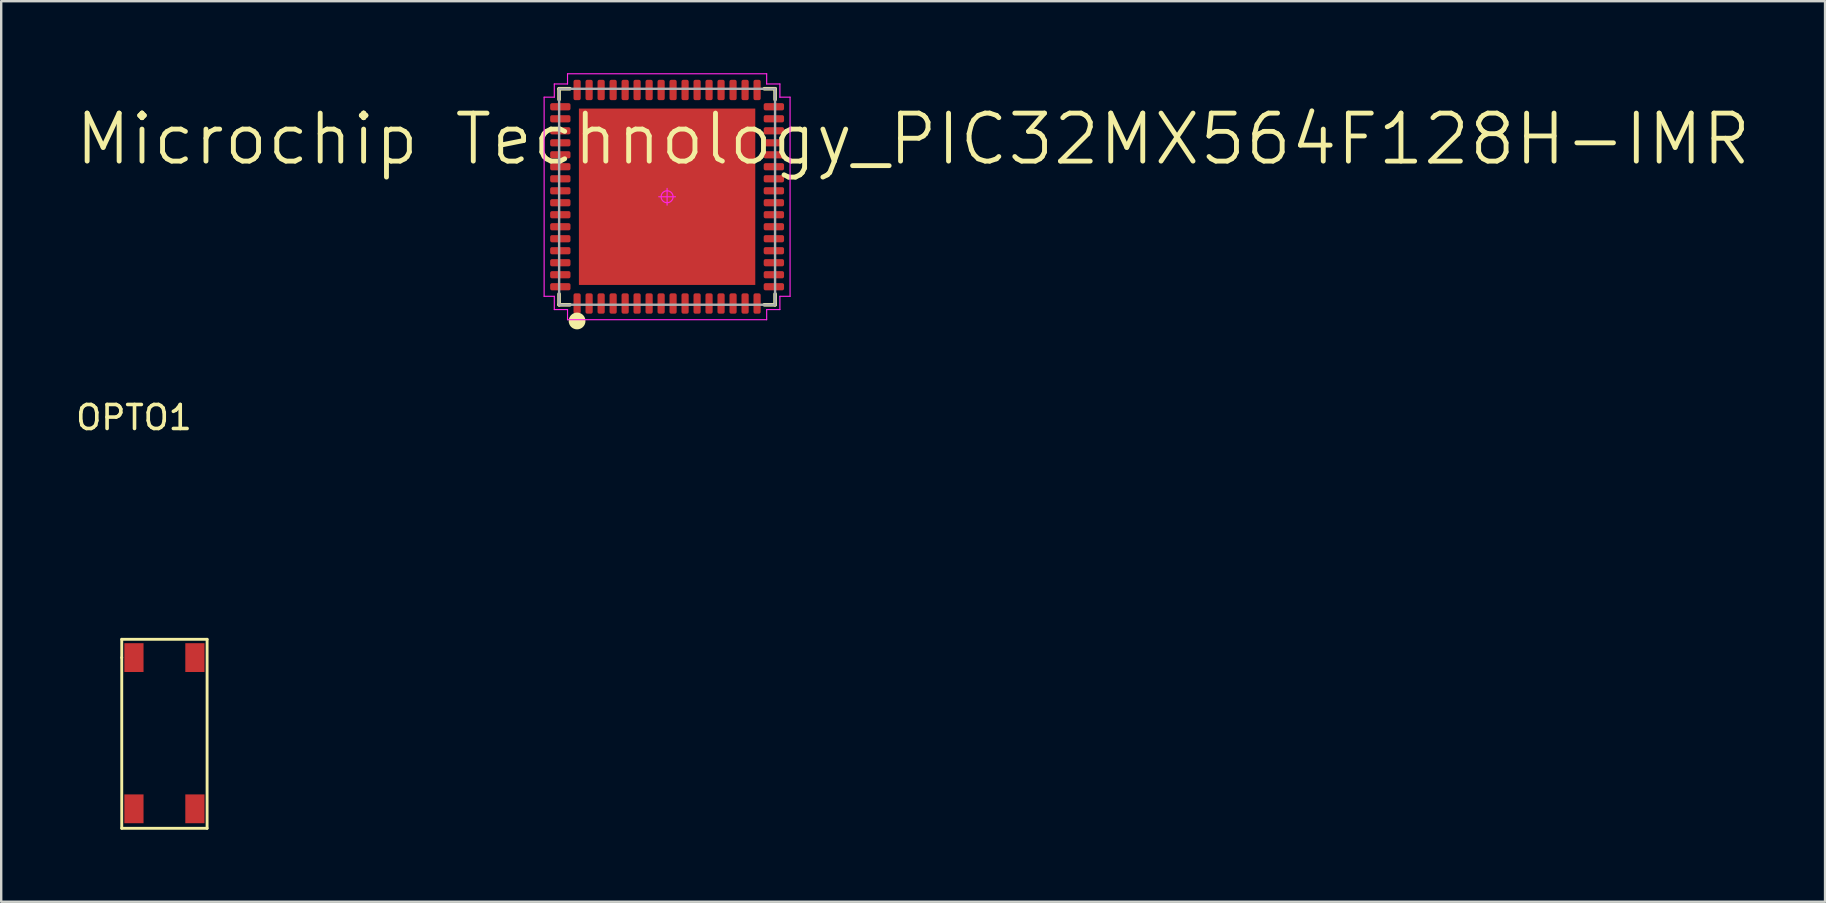
<source format=kicad_pcb>
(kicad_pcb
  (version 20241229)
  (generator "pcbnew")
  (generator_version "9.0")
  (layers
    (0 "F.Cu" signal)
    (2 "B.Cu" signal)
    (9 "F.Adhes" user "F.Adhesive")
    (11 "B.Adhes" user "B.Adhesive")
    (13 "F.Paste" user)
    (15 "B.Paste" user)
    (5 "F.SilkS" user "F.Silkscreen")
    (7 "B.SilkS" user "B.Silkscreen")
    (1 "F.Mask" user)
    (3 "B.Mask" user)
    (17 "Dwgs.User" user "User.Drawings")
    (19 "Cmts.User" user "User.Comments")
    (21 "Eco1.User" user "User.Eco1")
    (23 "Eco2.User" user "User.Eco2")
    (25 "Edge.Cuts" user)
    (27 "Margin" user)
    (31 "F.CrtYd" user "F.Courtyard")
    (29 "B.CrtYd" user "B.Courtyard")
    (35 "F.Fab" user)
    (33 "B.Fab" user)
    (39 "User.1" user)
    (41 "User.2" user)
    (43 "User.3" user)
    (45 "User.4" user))
  (footprint "OPTO1"
    (layer "F.Cu")
    (at 2.53 24.346)
    (property "Reference" "OPTO1" (at 0 -10 0) (layer "F.SilkS") (effects (font (size 1 1) (thickness 0.15))))
    (attr through_hole)
    (fp_line (start -0.508 -0.762) (end 3.048 -0.762) (stroke (width 0.12) (type solid)) (layer "F.SilkS"))
    (fp_line (start -0.508 0) (end -0.508 -0.762) (stroke (width 0.12) (type solid)) (layer "F.SilkS"))
    (fp_line (start -0.508 0) (end -0.508 7.112) (stroke (width 0.12) (type solid)) (layer "F.SilkS"))
    (fp_line (start 3.048 -0.762) (end 3.048 7.112) (stroke (width 0.12) (type solid)) (layer "F.SilkS"))
    (fp_line (start 3.048 7.112) (end -0.508 7.112) (stroke (width 0.12) (type solid)) (layer "F.SilkS"))
    (pad "1" smd rect (at 0 0) (size 0.8 1.2) (layers "F.Cu" "F.Mask" "F.Paste"))
    (pad "3" smd rect (at 2.54 0) (size 0.8 1.2) (layers "F.Cu" "F.Mask" "F.Paste"))
    (pad "4" smd rect (at 2.54 6.3) (size 0.8 1.2) (layers "F.Cu" "F.Mask" "F.Paste"))
    (pad "6" smd rect (at 0 6.3) (size 0.8 1.2) (layers "F.Cu" "F.Mask" "F.Paste")))
  (footprint "Microchip Technology_PIC32MX564F128H-IMR"
    (layer "F.Cu")
    (at 24.742 5.147)
    (property "Reference" "Microchip Technology_PIC32MX564F128H-IMR" (at 10.25 -2.4 0) (layer "F.SilkS") (effects (font (size 1.999 1.999) (thickness 0.203))))
    (attr smd)
    (fp_line (start -4.5 -4.5) (end -4.5 -4.05) (stroke (width 0.15) (type solid)) (layer "F.SilkS"))
    (fp_line (start -4.5 -4.5) (end -4.05 -4.5) (stroke (width 0.15) (type solid)) (layer "F.SilkS"))
    (fp_line (start -4.5 4.5) (end -4.5 4.05) (stroke (width 0.15) (type solid)) (layer "F.SilkS"))
    (fp_line (start -4.5 4.5) (end -4.05 4.5) (stroke (width 0.15) (type solid)) (layer "F.SilkS"))
    (fp_line (start 4.5 -4.5) (end 4.05 -4.5) (stroke (width 0.15) (type solid)) (layer "F.SilkS"))
    (fp_line (start 4.5 -4.5) (end 4.5 -4.05) (stroke (width 0.15) (type solid)) (layer "F.SilkS"))
    (fp_line (start 4.5 4.5) (end 4.05 4.5) (stroke (width 0.15) (type solid)) (layer "F.SilkS"))
    (fp_line (start 4.5 4.5) (end 4.5 4.05) (stroke (width 0.15) (type solid)) (layer "F.SilkS"))
    (fp_circle (center -3.75 5.175) (end -3.75 5.175) (stroke (width 0.35) (type solid)) (fill no) (layer "F.SilkS"))
    (fp_line (start -5.123 -4.148) (end -5.123 4.148) (stroke (width 0.048) (type solid)) (layer "F.CrtYd"))
    (fp_line (start -5.123 4.148) (end -4.699 4.148) (stroke (width 0.048) (type solid)) (layer "F.CrtYd"))
    (fp_line (start -4.699 -4.699) (end -4.699 -4.148) (stroke (width 0.048) (type solid)) (layer "F.CrtYd"))
    (fp_line (start -4.699 -4.148) (end -5.123 -4.148) (stroke (width 0.048) (type solid)) (layer "F.CrtYd"))
    (fp_line (start -4.699 4.148) (end -4.699 4.699) (stroke (width 0.048) (type solid)) (layer "F.CrtYd"))
    (fp_line (start -4.699 4.699) (end -4.148 4.699) (stroke (width 0.048) (type solid)) (layer "F.CrtYd"))
    (fp_line (start -4.148 -5.123) (end -4.148 -4.699) (stroke (width 0.048) (type solid)) (layer "F.CrtYd"))
    (fp_line (start -4.148 -4.699) (end -4.699 -4.699) (stroke (width 0.048) (type solid)) (layer "F.CrtYd"))
    (fp_line (start -4.148 4.699) (end -4.148 5.123) (stroke (width 0.048) (type solid)) (layer "F.CrtYd"))
    (fp_line (start -4.148 5.123) (end 4.148 5.123) (stroke (width 0.048) (type solid)) (layer "F.CrtYd"))
    (fp_line (start -0.348 0) (end 0.348 0) (stroke (width 0.048) (type solid)) (layer "F.CrtYd"))
    (fp_line (start 0 -0.348) (end 0 0.348) (stroke (width 0.048) (type solid)) (layer "F.CrtYd"))
    (fp_line (start 4.148 -5.123) (end -4.148 -5.123) (stroke (width 0.048) (type solid)) (layer "F.CrtYd"))
    (fp_line (start 4.148 -4.699) (end 4.148 -5.123) (stroke (width 0.048) (type solid)) (layer "F.CrtYd"))
    (fp_line (start 4.148 4.699) (end 4.699 4.699) (stroke (width 0.048) (type solid)) (layer "F.CrtYd"))
    (fp_line (start 4.148 5.123) (end 4.148 4.699) (stroke (width 0.048) (type solid)) (layer "F.CrtYd"))
    (fp_line (start 4.699 -4.699) (end 4.148 -4.699) (stroke (width 0.048) (type solid)) (layer "F.CrtYd"))
    (fp_line (start 4.699 -4.148) (end 4.699 -4.699) (stroke (width 0.048) (type solid)) (layer "F.CrtYd"))
    (fp_line (start 4.699 4.148) (end 5.123 4.148) (stroke (width 0.048) (type solid)) (layer "F.CrtYd"))
    (fp_line (start 4.699 4.699) (end 4.699 4.148) (stroke (width 0.048) (type solid)) (layer "F.CrtYd"))
    (fp_line (start 5.123 -4.148) (end 4.699 -4.148) (stroke (width 0.048) (type solid)) (layer "F.CrtYd"))
    (fp_line (start 5.123 4.148) (end 5.123 -4.148) (stroke (width 0.048) (type solid)) (layer "F.CrtYd"))
    (fp_circle (center 0 0) (end 0 -0.249) (stroke (width 0.048) (type solid)) (fill no) (layer "F.CrtYd"))
    (fp_line (start -4.498 -4.498) (end 4.498 -4.498) (stroke (width 0.1) (type solid)) (layer "F.Fab"))
    (fp_line (start -4.498 4.498) (end -4.498 -4.498) (stroke (width 0.1) (type solid)) (layer "F.Fab"))
    (fp_line (start 4.498 -4.498) (end 4.498 4.498) (stroke (width 0.1) (type solid)) (layer "F.Fab"))
    (fp_line (start 4.498 4.498) (end -4.498 4.498) (stroke (width 0.1) (type solid)) (layer "F.Fab"))
    (pad "1" smd roundrect (at -3.749 4.448 270) (size 0.848 0.3) (layers "F.Cu" "F.Mask" "F.Paste") (roundrect_rratio 0.25))
    (pad "2" smd roundrect (at -3.249 4.448 270) (size 0.848 0.3) (layers "F.Cu" "F.Mask" "F.Paste") (roundrect_rratio 0.25))
    (pad "3" smd roundrect (at -2.748 4.448 270) (size 0.848 0.3) (layers "F.Cu" "F.Mask" "F.Paste") (roundrect_rratio 0.25))
    (pad "4" smd roundrect (at -2.248 4.448 270) (size 0.848 0.3) (layers "F.Cu" "F.Mask" "F.Paste") (roundrect_rratio 0.25))
    (pad "5" smd roundrect (at -1.748 4.448 270) (size 0.848 0.3) (layers "F.Cu" "F.Mask" "F.Paste") (roundrect_rratio 0.25))
    (pad "6" smd roundrect (at -1.25 4.448 270) (size 0.848 0.3) (layers "F.Cu" "F.Mask" "F.Paste") (roundrect_rratio 0.25))
    (pad "7" smd roundrect (at -0.749 4.448 270) (size 0.848 0.3) (layers "F.Cu" "F.Mask" "F.Paste") (roundrect_rratio 0.25))
    (pad "8" smd roundrect (at -0.249 4.448 270) (size 0.848 0.3) (layers "F.Cu" "F.Mask" "F.Paste") (roundrect_rratio 0.25))
    (pad "9" smd roundrect (at 0.249 4.448 270) (size 0.848 0.3) (layers "F.Cu" "F.Mask" "F.Paste") (roundrect_rratio 0.25))
    (pad "10" smd roundrect (at 0.749 4.448 270) (size 0.848 0.3) (layers "F.Cu" "F.Mask" "F.Paste") (roundrect_rratio 0.25))
    (pad "11" smd roundrect (at 1.25 4.448 270) (size 0.848 0.3) (layers "F.Cu" "F.Mask" "F.Paste") (roundrect_rratio 0.25))
    (pad "12" smd roundrect (at 1.748 4.448 270) (size 0.848 0.3) (layers "F.Cu" "F.Mask" "F.Paste") (roundrect_rratio 0.25))
    (pad "13" smd roundrect (at 2.248 4.448 270) (size 0.848 0.3) (layers "F.Cu" "F.Mask" "F.Paste") (roundrect_rratio 0.25))
    (pad "14" smd roundrect (at 2.748 4.448 270) (size 0.848 0.3) (layers "F.Cu" "F.Mask" "F.Paste") (roundrect_rratio 0.25))
    (pad "15" smd roundrect (at 3.249 4.448 270) (size 0.848 0.3) (layers "F.Cu" "F.Mask" "F.Paste") (roundrect_rratio 0.25))
    (pad "16" smd roundrect (at 3.749 4.448 270) (size 0.848 0.3) (layers "F.Cu" "F.Mask" "F.Paste") (roundrect_rratio 0.25))
    (pad "17" smd roundrect (at 4.448 3.749) (size 0.848 0.3) (layers "F.Cu" "F.Mask" "F.Paste") (roundrect_rratio 0.25))
    (pad "18" smd roundrect (at 4.448 3.249) (size 0.848 0.3) (layers "F.Cu" "F.Mask" "F.Paste") (roundrect_rratio 0.25))
    (pad "19" smd roundrect (at 4.448 2.748) (size 0.848 0.3) (layers "F.Cu" "F.Mask" "F.Paste") (roundrect_rratio 0.25))
    (pad "20" smd roundrect (at 4.448 2.248) (size 0.848 0.3) (layers "F.Cu" "F.Mask" "F.Paste") (roundrect_rratio 0.25))
    (pad "21" smd roundrect (at 4.448 1.748) (size 0.848 0.3) (layers "F.Cu" "F.Mask" "F.Paste") (roundrect_rratio 0.25))
    (pad "22" smd roundrect (at 4.448 1.25) (size 0.848 0.3) (layers "F.Cu" "F.Mask" "F.Paste") (roundrect_rratio 0.25))
    (pad "23" smd roundrect (at 4.448 0.749) (size 0.848 0.3) (layers "F.Cu" "F.Mask" "F.Paste") (roundrect_rratio 0.25))
    (pad "24" smd roundrect (at 4.448 0.249) (size 0.848 0.3) (layers "F.Cu" "F.Mask" "F.Paste") (roundrect_rratio 0.25))
    (pad "25" smd roundrect (at 4.448 -0.249) (size 0.848 0.3) (layers "F.Cu" "F.Mask" "F.Paste") (roundrect_rratio 0.25))
    (pad "26" smd roundrect (at 4.448 -0.749) (size 0.848 0.3) (layers "F.Cu" "F.Mask" "F.Paste") (roundrect_rratio 0.25))
    (pad "27" smd roundrect (at 4.448 -1.25) (size 0.848 0.3) (layers "F.Cu" "F.Mask" "F.Paste") (roundrect_rratio 0.25))
    (pad "28" smd roundrect (at 4.448 -1.748) (size 0.848 0.3) (layers "F.Cu" "F.Mask" "F.Paste") (roundrect_rratio 0.25))
    (pad "29" smd roundrect (at 4.448 -2.248) (size 0.848 0.3) (layers "F.Cu" "F.Mask" "F.Paste") (roundrect_rratio 0.25))
    (pad "30" smd roundrect (at 4.448 -2.748) (size 0.848 0.3) (layers "F.Cu" "F.Mask" "F.Paste") (roundrect_rratio 0.25))
    (pad "31" smd roundrect (at 4.448 -3.249) (size 0.848 0.3) (layers "F.Cu" "F.Mask" "F.Paste") (roundrect_rratio 0.25))
    (pad "32" smd roundrect (at 4.448 -3.749) (size 0.848 0.3) (layers "F.Cu" "F.Mask" "F.Paste") (roundrect_rratio 0.25))
    (pad "33" smd roundrect (at 3.749 -4.448 90) (size 0.848 0.3) (layers "F.Cu" "F.Mask" "F.Paste") (roundrect_rratio 0.25))
    (pad "34" smd roundrect (at 3.249 -4.448 90) (size 0.848 0.3) (layers "F.Cu" "F.Mask" "F.Paste") (roundrect_rratio 0.25))
    (pad "35" smd roundrect (at 2.748 -4.448 90) (size 0.848 0.3) (layers "F.Cu" "F.Mask" "F.Paste") (roundrect_rratio 0.25))
    (pad "36" smd roundrect (at 2.248 -4.448 90) (size 0.848 0.3) (layers "F.Cu" "F.Mask" "F.Paste") (roundrect_rratio 0.25))
    (pad "37" smd roundrect (at 1.748 -4.448 90) (size 0.848 0.3) (layers "F.Cu" "F.Mask" "F.Paste") (roundrect_rratio 0.25))
    (pad "38" smd roundrect (at 1.25 -4.448 90) (size 0.848 0.3) (layers "F.Cu" "F.Mask" "F.Paste") (roundrect_rratio 0.25))
    (pad "39" smd roundrect (at 0.749 -4.448 90) (size 0.848 0.3) (layers "F.Cu" "F.Mask" "F.Paste") (roundrect_rratio 0.25))
    (pad "40" smd roundrect (at 0.249 -4.448 90) (size 0.848 0.3) (layers "F.Cu" "F.Mask" "F.Paste") (roundrect_rratio 0.25))
    (pad "41" smd roundrect (at -0.249 -4.448 90) (size 0.848 0.3) (layers "F.Cu" "F.Mask" "F.Paste") (roundrect_rratio 0.25))
    (pad "42" smd roundrect (at -0.749 -4.448 90) (size 0.848 0.3) (layers "F.Cu" "F.Mask" "F.Paste") (roundrect_rratio 0.25))
    (pad "43" smd roundrect (at -1.25 -4.448 90) (size 0.848 0.3) (layers "F.Cu" "F.Mask" "F.Paste") (roundrect_rratio 0.25))
    (pad "44" smd roundrect (at -1.748 -4.448 90) (size 0.848 0.3) (layers "F.Cu" "F.Mask" "F.Paste") (roundrect_rratio 0.25))
    (pad "45" smd roundrect (at -2.248 -4.448 90) (size 0.848 0.3) (layers "F.Cu" "F.Mask" "F.Paste") (roundrect_rratio 0.25))
    (pad "46" smd roundrect (at -2.748 -4.448 90) (size 0.848 0.3) (layers "F.Cu" "F.Mask" "F.Paste") (roundrect_rratio 0.25))
    (pad "47" smd roundrect (at -3.249 -4.448 90) (size 0.848 0.3) (layers "F.Cu" "F.Mask" "F.Paste") (roundrect_rratio 0.25))
    (pad "48" smd roundrect (at -3.749 -4.448 90) (size 0.848 0.3) (layers "F.Cu" "F.Mask" "F.Paste") (roundrect_rratio 0.25))
    (pad "49" smd roundrect (at -4.448 -3.749 180) (size 0.848 0.3) (layers "F.Cu" "F.Mask" "F.Paste") (roundrect_rratio 0.25))
    (pad "50" smd roundrect (at -4.448 -3.249 180) (size 0.848 0.3) (layers "F.Cu" "F.Mask" "F.Paste") (roundrect_rratio 0.25))
    (pad "51" smd roundrect (at -4.448 -2.748 180) (size 0.848 0.3) (layers "F.Cu" "F.Mask" "F.Paste") (roundrect_rratio 0.25))
    (pad "52" smd roundrect (at -4.448 -2.248 180) (size 0.848 0.3) (layers "F.Cu" "F.Mask" "F.Paste") (roundrect_rratio 0.25))
    (pad "53" smd roundrect (at -4.448 -1.748 180) (size 0.848 0.3) (layers "F.Cu" "F.Mask" "F.Paste") (roundrect_rratio 0.25))
    (pad "54" smd roundrect (at -4.448 -1.25 180) (size 0.848 0.3) (layers "F.Cu" "F.Mask" "F.Paste") (roundrect_rratio 0.25))
    (pad "55" smd roundrect (at -4.448 -0.749 180) (size 0.848 0.3) (layers "F.Cu" "F.Mask" "F.Paste") (roundrect_rratio 0.25))
    (pad "56" smd roundrect (at -4.448 -0.249 180) (size 0.848 0.3) (layers "F.Cu" "F.Mask" "F.Paste") (roundrect_rratio 0.25))
    (pad "57" smd roundrect (at -4.448 0.249 180) (size 0.848 0.3) (layers "F.Cu" "F.Mask" "F.Paste") (roundrect_rratio 0.25))
    (pad "58" smd roundrect (at -4.448 0.749 180) (size 0.848 0.3) (layers "F.Cu" "F.Mask" "F.Paste") (roundrect_rratio 0.25))
    (pad "59" smd roundrect (at -4.448 1.25 180) (size 0.848 0.3) (layers "F.Cu" "F.Mask" "F.Paste") (roundrect_rratio 0.25))
    (pad "60" smd roundrect (at -4.448 1.748 180) (size 0.848 0.3) (layers "F.Cu" "F.Mask" "F.Paste") (roundrect_rratio 0.25))
    (pad "61" smd roundrect (at -4.448 2.248 180) (size 0.848 0.3) (layers "F.Cu" "F.Mask" "F.Paste") (roundrect_rratio 0.25))
    (pad "62" smd roundrect (at -4.448 2.748 180) (size 0.848 0.3) (layers "F.Cu" "F.Mask" "F.Paste") (roundrect_rratio 0.25))
    (pad "63" smd roundrect (at -4.448 3.249 180) (size 0.848 0.3) (layers "F.Cu" "F.Mask" "F.Paste") (roundrect_rratio 0.25))
    (pad "64" smd roundrect (at -4.448 3.749 180) (size 0.848 0.3) (layers "F.Cu" "F.Mask" "F.Paste") (roundrect_rratio 0.25))
    (pad "65" smd rect (at 0 0 90) (size 7.348 7.348) (layers "F.Cu" "F.Mask" "F.Paste")))
  (gr_rect
    (start -3 -3)
    (end 72.984 34.518)
    (stroke (width 0.1) (type default))
    (fill no)
    (layer "Edge.Cuts")))
</source>
